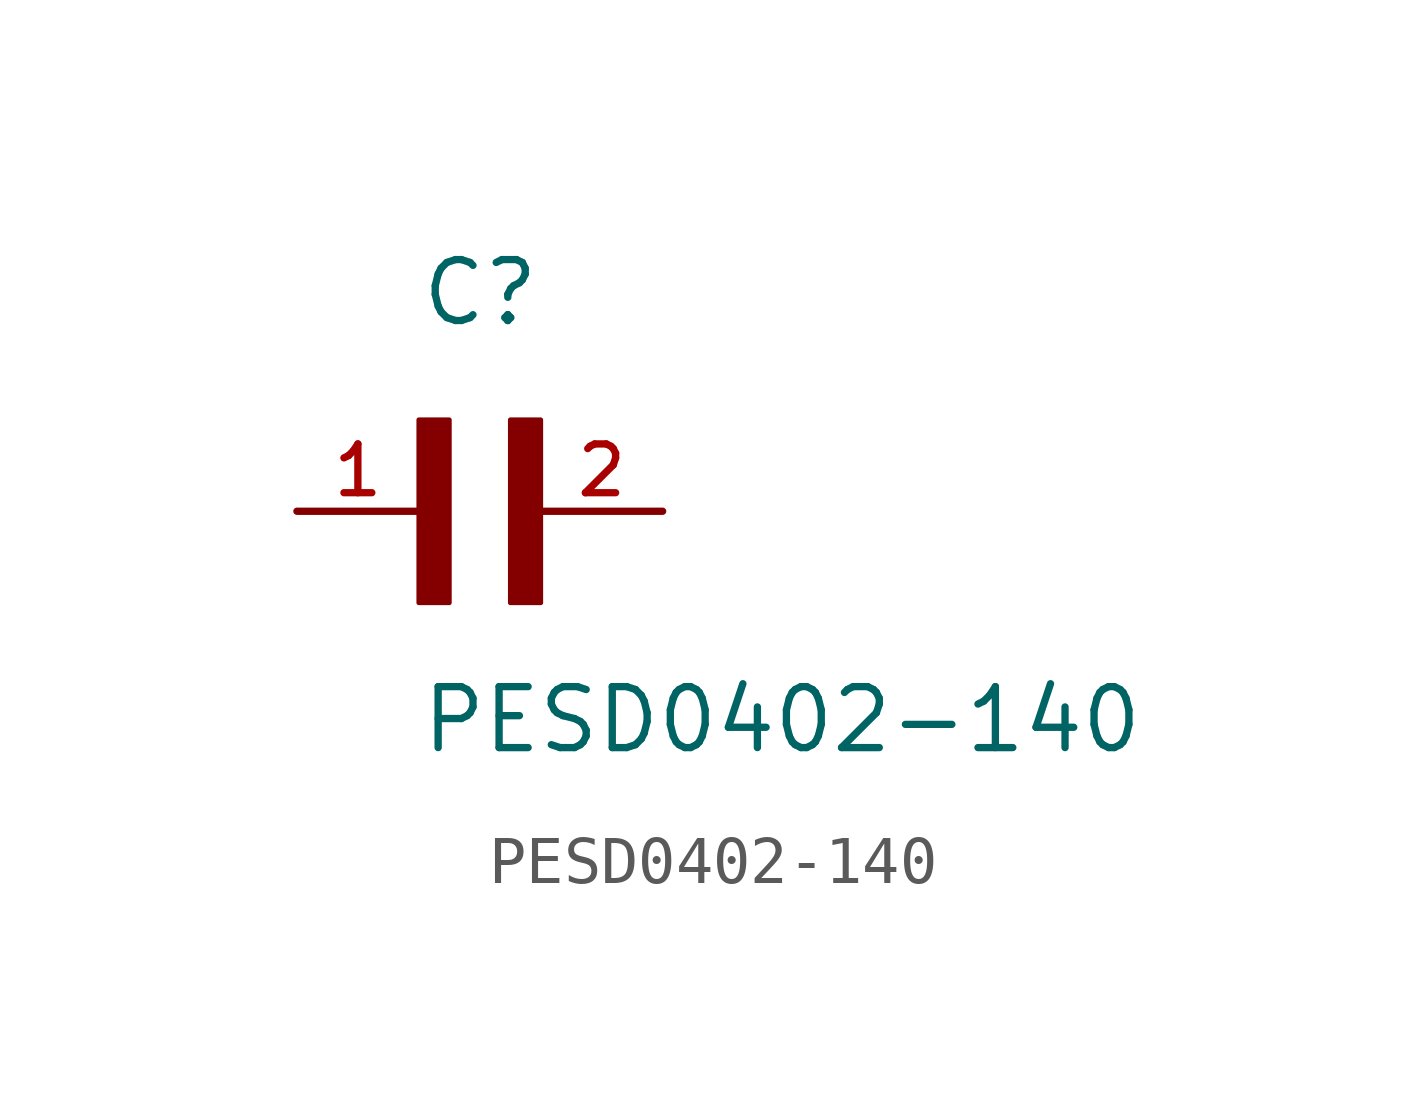
<source format=kicad_sym>
(kicad_symbol_lib
  (version 20211014)
  (generator kicad_symbol_editor)
  (symbol "PESD0402-140"
    (pin_names
      (offset 1.016))
    (property "Reference" "C"
      (at 0.0 3.811 0)
      (effects (font (size 1.27 1.27)) (justify bottom left)))
    (property "Value" "PESD0402-140"
      (at 0.0 -5.088 0)
      (effects (font (size 1.27 1.27)) (justify bottom left)))
    (symbol "PESD0402-140_0_0"
      (rectangle (start 0.0 -1.907) (end 0.635 1.905) (stroke (width 0.1)) (fill (type outline)))
      (rectangle (start 1.907 -1.907) (end 2.54 1.905) (stroke (width 0.1)) (fill (type outline)))
      (pin passive line (at 5.08 0.0 180.0) (length 2.54) (name "~" (effects (font (size 1.016 1.016)))) (number "2" (effects (font (size 1.016 1.016)))))
      (pin passive line (at -2.54 0.0 0) (length 2.54) (name "~" (effects (font (size 1.016 1.016)))) (number "1" (effects (font (size 1.016 1.016))))))))
</source>
